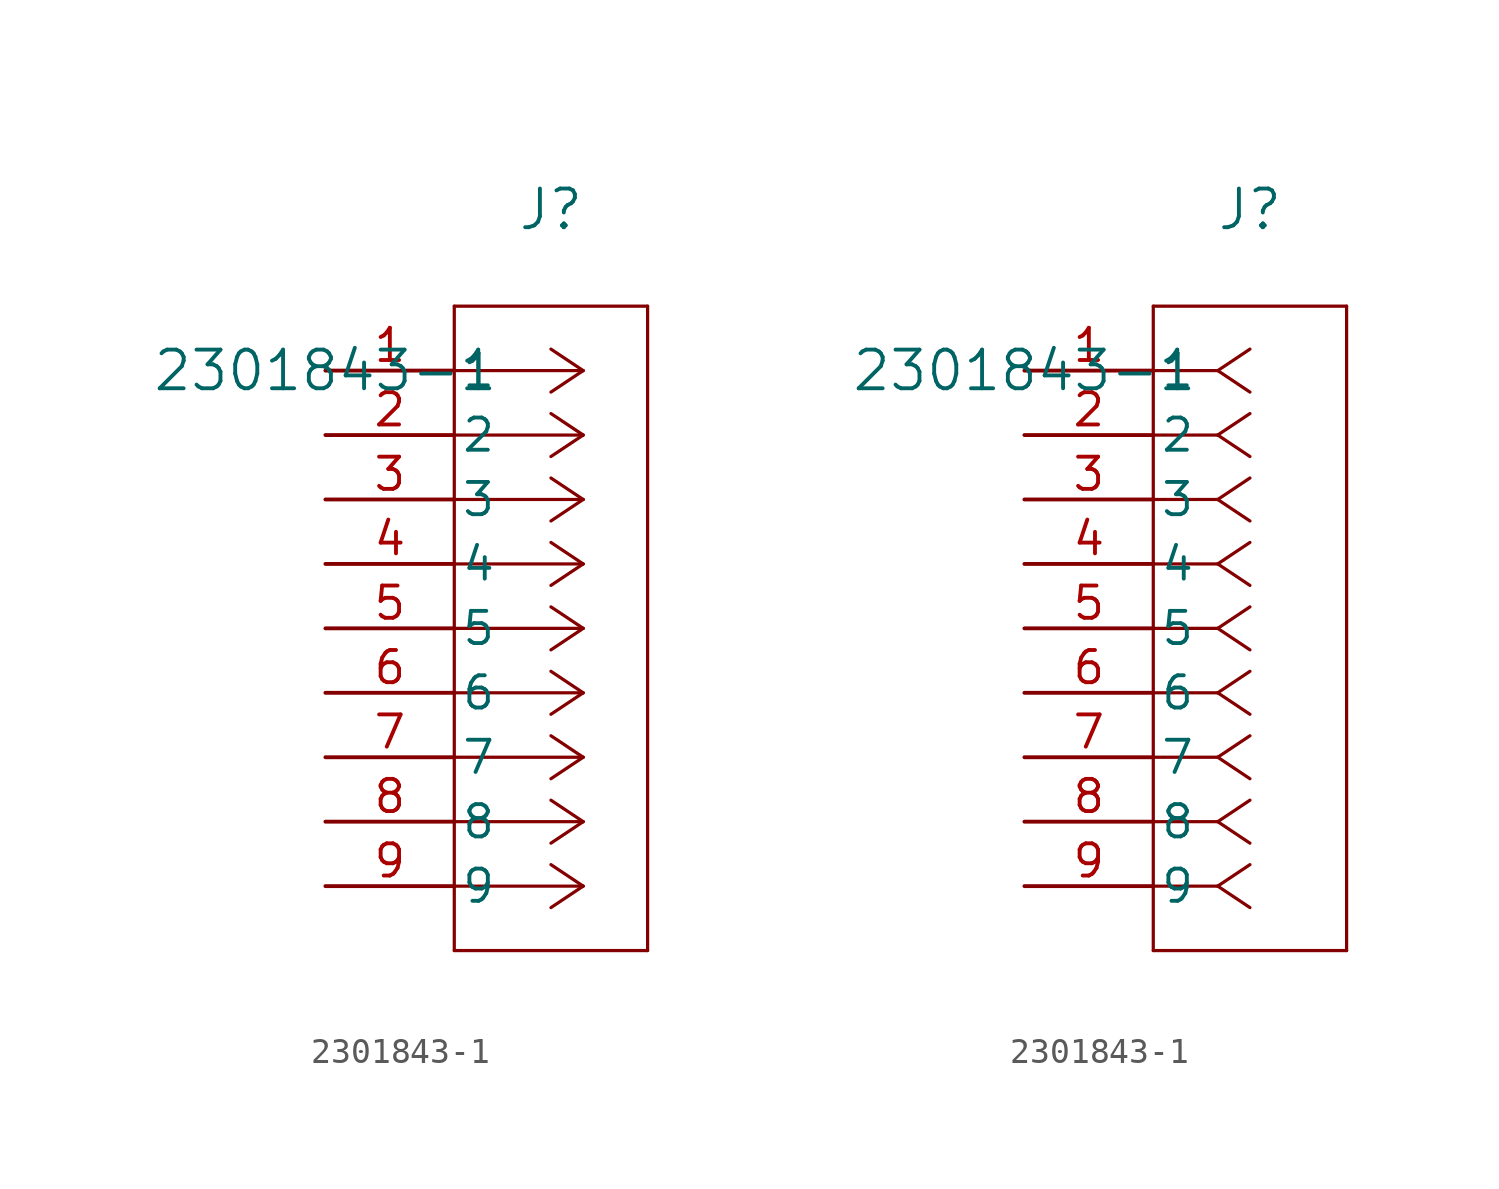
<source format=kicad_sym>
(kicad_symbol_lib
  (version 20211014)
  (generator kicad_symbol_editor)
  (symbol "2301843-1"
    (pin_names
      (offset 0.254))
    (property "Reference" "J"
      (at 8.89 6.35 0)
      (effects (font (size 1.524 1.524))))
    (property "Value" "2301843-1"
      (at 0 0 0)
      (effects (font (size 1.524 1.524))))
    (symbol "2301843-1_1_1"
      (polyline (pts (xy 10.16 0) (xy 5.08 0)) (stroke (width 0.127) (type default) (color 0 0 0 0)) (fill (type none)))
      (polyline (pts (xy 10.16 -2.54) (xy 5.08 -2.54)) (stroke (width 0.127) (type default) (color 0 0 0 0)) (fill (type none)))
      (polyline (pts (xy 10.16 -5.08) (xy 5.08 -5.08)) (stroke (width 0.127) (type default) (color 0 0 0 0)) (fill (type none)))
      (polyline (pts (xy 10.16 -7.62) (xy 5.08 -7.62)) (stroke (width 0.127) (type default) (color 0 0 0 0)) (fill (type none)))
      (polyline (pts (xy 10.16 -10.16) (xy 5.08 -10.16)) (stroke (width 0.127) (type default) (color 0 0 0 0)) (fill (type none)))
      (polyline (pts (xy 10.16 -12.7) (xy 5.08 -12.7)) (stroke (width 0.127) (type default) (color 0 0 0 0)) (fill (type none)))
      (polyline (pts (xy 10.16 -15.24) (xy 5.08 -15.24)) (stroke (width 0.127) (type default) (color 0 0 0 0)) (fill (type none)))
      (polyline (pts (xy 10.16 -17.78) (xy 5.08 -17.78)) (stroke (width 0.127) (type default) (color 0 0 0 0)) (fill (type none)))
      (polyline (pts (xy 10.16 -20.32) (xy 5.08 -20.32)) (stroke (width 0.127) (type default) (color 0 0 0 0)) (fill (type none)))
      (polyline (pts (xy 10.16 0) (xy 8.89 0.847)) (stroke (width 0.127) (type default) (color 0 0 0 0)) (fill (type none)))
      (polyline (pts (xy 10.16 -2.54) (xy 8.89 -1.693)) (stroke (width 0.127) (type default) (color 0 0 0 0)) (fill (type none)))
      (polyline (pts (xy 10.16 -5.08) (xy 8.89 -4.233)) (stroke (width 0.127) (type default) (color 0 0 0 0)) (fill (type none)))
      (polyline (pts (xy 10.16 -7.62) (xy 8.89 -6.773)) (stroke (width 0.127) (type default) (color 0 0 0 0)) (fill (type none)))
      (polyline (pts (xy 10.16 -10.16) (xy 8.89 -9.313)) (stroke (width 0.127) (type default) (color 0 0 0 0)) (fill (type none)))
      (polyline (pts (xy 10.16 -12.7) (xy 8.89 -11.853)) (stroke (width 0.127) (type default) (color 0 0 0 0)) (fill (type none)))
      (polyline (pts (xy 10.16 -15.24) (xy 8.89 -14.393)) (stroke (width 0.127) (type default) (color 0 0 0 0)) (fill (type none)))
      (polyline (pts (xy 10.16 -17.78) (xy 8.89 -16.933)) (stroke (width 0.127) (type default) (color 0 0 0 0)) (fill (type none)))
      (polyline (pts (xy 10.16 -20.32) (xy 8.89 -19.473)) (stroke (width 0.127) (type default) (color 0 0 0 0)) (fill (type none)))
      (polyline (pts (xy 10.16 0) (xy 8.89 -0.847)) (stroke (width 0.127) (type default) (color 0 0 0 0)) (fill (type none)))
      (polyline (pts (xy 10.16 -2.54) (xy 8.89 -3.387)) (stroke (width 0.127) (type default) (color 0 0 0 0)) (fill (type none)))
      (polyline (pts (xy 10.16 -5.08) (xy 8.89 -5.927)) (stroke (width 0.127) (type default) (color 0 0 0 0)) (fill (type none)))
      (polyline (pts (xy 10.16 -7.62) (xy 8.89 -8.467)) (stroke (width 0.127) (type default) (color 0 0 0 0)) (fill (type none)))
      (polyline (pts (xy 10.16 -10.16) (xy 8.89 -11.007)) (stroke (width 0.127) (type default) (color 0 0 0 0)) (fill (type none)))
      (polyline (pts (xy 10.16 -12.7) (xy 8.89 -13.547)) (stroke (width 0.127) (type default) (color 0 0 0 0)) (fill (type none)))
      (polyline (pts (xy 10.16 -15.24) (xy 8.89 -16.087)) (stroke (width 0.127) (type default) (color 0 0 0 0)) (fill (type none)))
      (polyline (pts (xy 10.16 -17.78) (xy 8.89 -18.627)) (stroke (width 0.127) (type default) (color 0 0 0 0)) (fill (type none)))
      (polyline (pts (xy 10.16 -20.32) (xy 8.89 -21.167)) (stroke (width 0.127) (type default) (color 0 0 0 0)) (fill (type none)))
      (polyline (pts (xy 5.08 2.54) (xy 5.08 -22.86)) (stroke (width 0.127) (type default) (color 0 0 0 0)) (fill (type none)))
      (polyline (pts (xy 5.08 -22.86) (xy 12.7 -22.86)) (stroke (width 0.127) (type default) (color 0 0 0 0)) (fill (type none)))
      (polyline (pts (xy 12.7 -22.86) (xy 12.7 2.54)) (stroke (width 0.127) (type default) (color 0 0 0 0)) (fill (type none)))
      (polyline (pts (xy 12.7 2.54) (xy 5.08 2.54)) (stroke (width 0.127) (type default) (color 0 0 0 0)) (fill (type none)))
      (pin unspecified line (at 0 0 0) (length 5.08) (name "1" (effects (font (size 1.27 1.27)))) (number "1" (effects (font (size 1.27 1.27)))))
      (pin unspecified line (at 0 -2.54 0) (length 5.08) (name "2" (effects (font (size 1.27 1.27)))) (number "2" (effects (font (size 1.27 1.27)))))
      (pin unspecified line (at 0 -5.08 0) (length 5.08) (name "3" (effects (font (size 1.27 1.27)))) (number "3" (effects (font (size 1.27 1.27)))))
      (pin unspecified line (at 0 -7.62 0) (length 5.08) (name "4" (effects (font (size 1.27 1.27)))) (number "4" (effects (font (size 1.27 1.27)))))
      (pin unspecified line (at 0 -10.16 0) (length 5.08) (name "5" (effects (font (size 1.27 1.27)))) (number "5" (effects (font (size 1.27 1.27)))))
      (pin unspecified line (at 0 -12.7 0) (length 5.08) (name "6" (effects (font (size 1.27 1.27)))) (number "6" (effects (font (size 1.27 1.27)))))
      (pin unspecified line (at 0 -15.24 0) (length 5.08) (name "7" (effects (font (size 1.27 1.27)))) (number "7" (effects (font (size 1.27 1.27)))))
      (pin unspecified line (at 0 -17.78 0) (length 5.08) (name "8" (effects (font (size 1.27 1.27)))) (number "8" (effects (font (size 1.27 1.27)))))
      (pin unspecified line (at 0 -20.32 0) (length 5.08) (name "9" (effects (font (size 1.27 1.27)))) (number "9" (effects (font (size 1.27 1.27))))))
    (symbol "2301843-1_1_2"
      (polyline (pts (xy 7.62 0) (xy 5.08 0)) (stroke (width 0.127) (type default) (color 0 0 0 0)) (fill (type none)))
      (polyline (pts (xy 7.62 -2.54) (xy 5.08 -2.54)) (stroke (width 0.127) (type default) (color 0 0 0 0)) (fill (type none)))
      (polyline (pts (xy 7.62 -5.08) (xy 5.08 -5.08)) (stroke (width 0.127) (type default) (color 0 0 0 0)) (fill (type none)))
      (polyline (pts (xy 7.62 -7.62) (xy 5.08 -7.62)) (stroke (width 0.127) (type default) (color 0 0 0 0)) (fill (type none)))
      (polyline (pts (xy 7.62 -10.16) (xy 5.08 -10.16)) (stroke (width 0.127) (type default) (color 0 0 0 0)) (fill (type none)))
      (polyline (pts (xy 7.62 -12.7) (xy 5.08 -12.7)) (stroke (width 0.127) (type default) (color 0 0 0 0)) (fill (type none)))
      (polyline (pts (xy 7.62 -15.24) (xy 5.08 -15.24)) (stroke (width 0.127) (type default) (color 0 0 0 0)) (fill (type none)))
      (polyline (pts (xy 7.62 -17.78) (xy 5.08 -17.78)) (stroke (width 0.127) (type default) (color 0 0 0 0)) (fill (type none)))
      (polyline (pts (xy 7.62 -20.32) (xy 5.08 -20.32)) (stroke (width 0.127) (type default) (color 0 0 0 0)) (fill (type none)))
      (polyline (pts (xy 7.62 0) (xy 8.89 0.847)) (stroke (width 0.127) (type default) (color 0 0 0 0)) (fill (type none)))
      (polyline (pts (xy 7.62 -2.54) (xy 8.89 -1.693)) (stroke (width 0.127) (type default) (color 0 0 0 0)) (fill (type none)))
      (polyline (pts (xy 7.62 -5.08) (xy 8.89 -4.233)) (stroke (width 0.127) (type default) (color 0 0 0 0)) (fill (type none)))
      (polyline (pts (xy 7.62 -7.62) (xy 8.89 -6.773)) (stroke (width 0.127) (type default) (color 0 0 0 0)) (fill (type none)))
      (polyline (pts (xy 7.62 -10.16) (xy 8.89 -9.313)) (stroke (width 0.127) (type default) (color 0 0 0 0)) (fill (type none)))
      (polyline (pts (xy 7.62 -12.7) (xy 8.89 -11.853)) (stroke (width 0.127) (type default) (color 0 0 0 0)) (fill (type none)))
      (polyline (pts (xy 7.62 -15.24) (xy 8.89 -14.393)) (stroke (width 0.127) (type default) (color 0 0 0 0)) (fill (type none)))
      (polyline (pts (xy 7.62 -17.78) (xy 8.89 -16.933)) (stroke (width 0.127) (type default) (color 0 0 0 0)) (fill (type none)))
      (polyline (pts (xy 7.62 -20.32) (xy 8.89 -19.473)) (stroke (width 0.127) (type default) (color 0 0 0 0)) (fill (type none)))
      (polyline (pts (xy 7.62 0) (xy 8.89 -0.847)) (stroke (width 0.127) (type default) (color 0 0 0 0)) (fill (type none)))
      (polyline (pts (xy 7.62 -2.54) (xy 8.89 -3.387)) (stroke (width 0.127) (type default) (color 0 0 0 0)) (fill (type none)))
      (polyline (pts (xy 7.62 -5.08) (xy 8.89 -5.927)) (stroke (width 0.127) (type default) (color 0 0 0 0)) (fill (type none)))
      (polyline (pts (xy 7.62 -7.62) (xy 8.89 -8.467)) (stroke (width 0.127) (type default) (color 0 0 0 0)) (fill (type none)))
      (polyline (pts (xy 7.62 -10.16) (xy 8.89 -11.007)) (stroke (width 0.127) (type default) (color 0 0 0 0)) (fill (type none)))
      (polyline (pts (xy 7.62 -12.7) (xy 8.89 -13.547)) (stroke (width 0.127) (type default) (color 0 0 0 0)) (fill (type none)))
      (polyline (pts (xy 7.62 -15.24) (xy 8.89 -16.087)) (stroke (width 0.127) (type default) (color 0 0 0 0)) (fill (type none)))
      (polyline (pts (xy 7.62 -17.78) (xy 8.89 -18.627)) (stroke (width 0.127) (type default) (color 0 0 0 0)) (fill (type none)))
      (polyline (pts (xy 7.62 -20.32) (xy 8.89 -21.167)) (stroke (width 0.127) (type default) (color 0 0 0 0)) (fill (type none)))
      (polyline (pts (xy 5.08 2.54) (xy 5.08 -22.86)) (stroke (width 0.127) (type default) (color 0 0 0 0)) (fill (type none)))
      (polyline (pts (xy 5.08 -22.86) (xy 12.7 -22.86)) (stroke (width 0.127) (type default) (color 0 0 0 0)) (fill (type none)))
      (polyline (pts (xy 12.7 -22.86) (xy 12.7 2.54)) (stroke (width 0.127) (type default) (color 0 0 0 0)) (fill (type none)))
      (polyline (pts (xy 12.7 2.54) (xy 5.08 2.54)) (stroke (width 0.127) (type default) (color 0 0 0 0)) (fill (type none)))
      (pin unspecified line (at 0 0 0) (length 5.08) (name "1" (effects (font (size 1.27 1.27)))) (number "1" (effects (font (size 1.27 1.27)))))
      (pin unspecified line (at 0 -2.54 0) (length 5.08) (name "2" (effects (font (size 1.27 1.27)))) (number "2" (effects (font (size 1.27 1.27)))))
      (pin unspecified line (at 0 -5.08 0) (length 5.08) (name "3" (effects (font (size 1.27 1.27)))) (number "3" (effects (font (size 1.27 1.27)))))
      (pin unspecified line (at 0 -7.62 0) (length 5.08) (name "4" (effects (font (size 1.27 1.27)))) (number "4" (effects (font (size 1.27 1.27)))))
      (pin unspecified line (at 0 -10.16 0) (length 5.08) (name "5" (effects (font (size 1.27 1.27)))) (number "5" (effects (font (size 1.27 1.27)))))
      (pin unspecified line (at 0 -12.7 0) (length 5.08) (name "6" (effects (font (size 1.27 1.27)))) (number "6" (effects (font (size 1.27 1.27)))))
      (pin unspecified line (at 0 -15.24 0) (length 5.08) (name "7" (effects (font (size 1.27 1.27)))) (number "7" (effects (font (size 1.27 1.27)))))
      (pin unspecified line (at 0 -17.78 0) (length 5.08) (name "8" (effects (font (size 1.27 1.27)))) (number "8" (effects (font (size 1.27 1.27)))))
      (pin unspecified line (at 0 -20.32 0) (length 5.08) (name "9" (effects (font (size 1.27 1.27)))) (number "9" (effects (font (size 1.27 1.27))))))))
</source>
